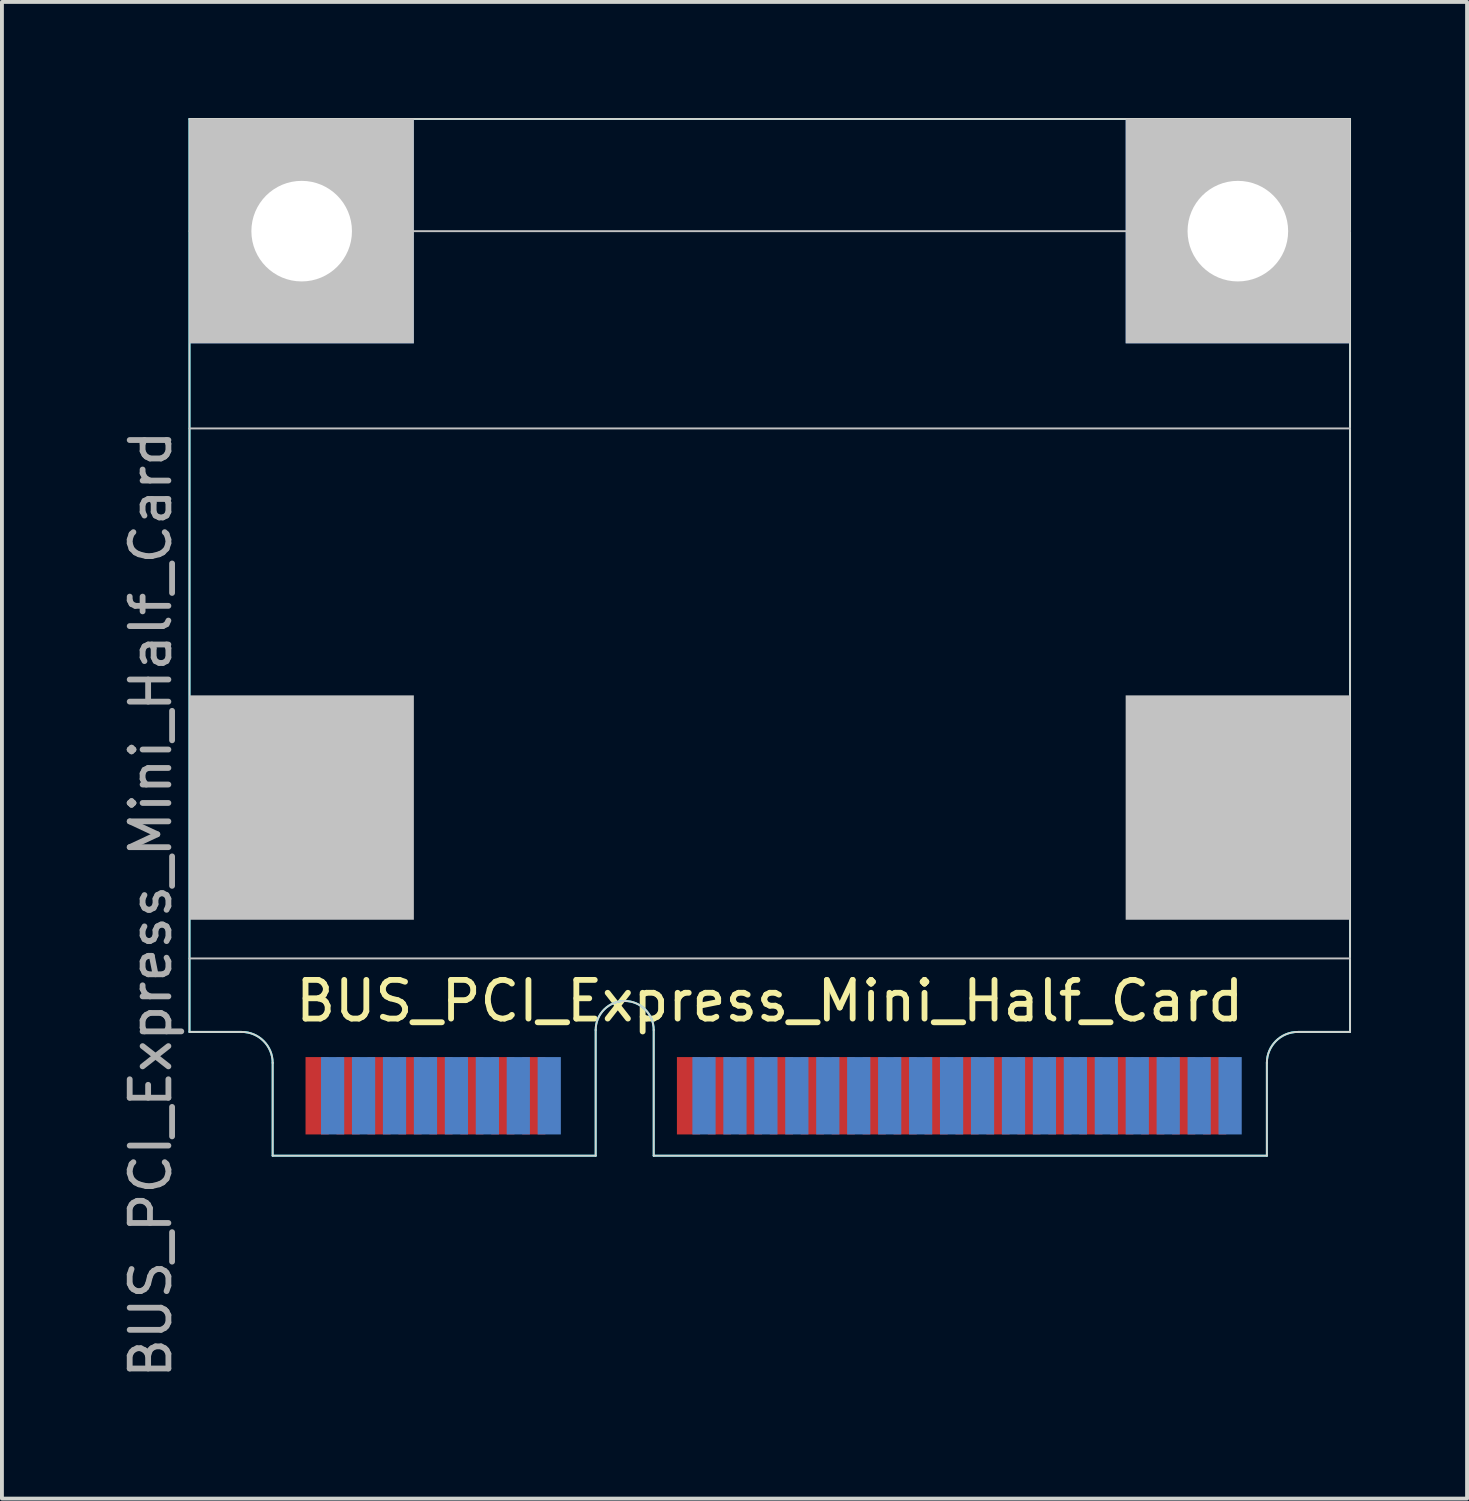
<source format=kicad_pcb>
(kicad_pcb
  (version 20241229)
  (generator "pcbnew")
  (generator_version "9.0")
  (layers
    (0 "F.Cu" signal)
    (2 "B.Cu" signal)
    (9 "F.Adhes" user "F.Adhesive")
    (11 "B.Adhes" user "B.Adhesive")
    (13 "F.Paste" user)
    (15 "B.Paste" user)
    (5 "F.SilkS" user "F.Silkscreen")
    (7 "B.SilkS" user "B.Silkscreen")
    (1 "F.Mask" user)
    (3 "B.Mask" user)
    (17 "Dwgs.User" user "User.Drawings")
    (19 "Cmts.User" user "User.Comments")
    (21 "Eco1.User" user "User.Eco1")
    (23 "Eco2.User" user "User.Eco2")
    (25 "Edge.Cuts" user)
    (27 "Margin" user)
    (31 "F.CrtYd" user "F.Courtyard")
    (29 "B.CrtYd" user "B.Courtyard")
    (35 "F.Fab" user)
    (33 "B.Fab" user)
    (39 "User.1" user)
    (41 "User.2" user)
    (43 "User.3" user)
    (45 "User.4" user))
  (footprint "BUS_PCI_Express_Mini_Half_Card"
    (layer "F.Cu")
    (at 16.848 11.575)
    (property "Reference" "BUS_PCI_Express_Mini_Half_Card" (at 0 11.25 180) (layer "F.SilkS") (effects (font (size 1 1) (thickness 0.15))))
    (attr exclude_from_pos_files exclude_from_bom)
    (fp_line (start -15 10.15) (end 15 10.15) (stroke (width 0.05) (type solid)) (layer "Dwgs.User"))
    (fp_line (start 15 -8.65) (end -15 -8.65) (stroke (width 0.05) (type solid)) (layer "Dwgs.User"))
    (fp_line (start 15 -3.55) (end -15 -3.55) (stroke (width 0.05) (type solid)) (layer "Dwgs.User"))
    (fp_line (start -15 -11.55) (end -15 12.05) (stroke (width 0.05) (type solid)) (layer "Edge.Cuts"))
    (fp_line (start -13.65 12.05) (end -15 12.05) (stroke (width 0.05) (type solid)) (layer "Edge.Cuts"))
    (fp_line (start -12.85 15.25) (end -12.85 12.85) (stroke (width 0.05) (type solid)) (layer "Edge.Cuts"))
    (fp_line (start -4.5 15.25) (end -12.85 15.25) (stroke (width 0.05) (type solid)) (layer "Edge.Cuts"))
    (fp_line (start -4.5 15.25) (end -4.5 12) (stroke (width 0.05) (type solid)) (layer "Edge.Cuts"))
    (fp_line (start -3 15.25) (end -3 12) (stroke (width 0.05) (type solid)) (layer "Edge.Cuts"))
    (fp_line (start -3 15.25) (end 12.85 15.25) (stroke (width 0.05) (type solid)) (layer "Edge.Cuts"))
    (fp_line (start 12.85 15.25) (end 12.85 12.85) (stroke (width 0.05) (type solid)) (layer "Edge.Cuts"))
    (fp_line (start 15 -11.55) (end -15 -11.55) (stroke (width 0.05) (type solid)) (layer "Edge.Cuts"))
    (fp_line (start 15 12.05) (end 13.65 12.05) (stroke (width 0.05) (type solid)) (layer "Edge.Cuts"))
    (fp_line (start 15 12.05) (end 15 -11.55) (stroke (width 0.05) (type solid)) (layer "Edge.Cuts"))
    (fp_arc (start -13.65 12.05) (mid -13.084315 12.284315) (end -12.85 12.85) (stroke (width 0.05) (type solid)) (layer "Edge.Cuts"))
    (fp_arc (start -4.5 12) (mid -3.75 11.25) (end -3 12) (stroke (width 0.05) (type solid)) (layer "Edge.Cuts"))
    (fp_arc (start 12.85 12.85) (mid 13.084315 12.284315) (end 13.65 12.05) (stroke (width 0.05) (type solid)) (layer "Edge.Cuts"))
    (fp_line (start -15 -11.55) (end -15 12.05) (stroke (width 0.05) (type solid)) (layer "B.CrtYd"))
    (fp_line (start -13.65 12.05) (end -15 12.05) (stroke (width 0.05) (type solid)) (layer "B.CrtYd"))
    (fp_line (start -12.85 15.25) (end -12.85 12.85) (stroke (width 0.05) (type solid)) (layer "B.CrtYd"))
    (fp_line (start -4.5 15.25) (end -12.85 15.25) (stroke (width 0.05) (type solid)) (layer "B.CrtYd"))
    (fp_line (start -4.5 15.25) (end -4.5 12) (stroke (width 0.05) (type solid)) (layer "B.CrtYd"))
    (fp_line (start -3 15.25) (end -3 12) (stroke (width 0.05) (type solid)) (layer "B.CrtYd"))
    (fp_line (start -3 15.25) (end 12.85 15.25) (stroke (width 0.05) (type solid)) (layer "B.CrtYd"))
    (fp_line (start 12.85 15.25) (end 12.85 12.85) (stroke (width 0.05) (type solid)) (layer "B.CrtYd"))
    (fp_line (start 15 -11.55) (end -15 -11.55) (stroke (width 0.05) (type solid)) (layer "B.CrtYd"))
    (fp_line (start 15 12.05) (end 13.65 12.05) (stroke (width 0.05) (type solid)) (layer "B.CrtYd"))
    (fp_line (start 15 12.05) (end 15 -11.55) (stroke (width 0.05) (type solid)) (layer "B.CrtYd"))
    (fp_arc (start -13.65 12.05) (mid -13.084315 12.284315) (end -12.85 12.85) (stroke (width 0.05) (type solid)) (layer "B.CrtYd"))
    (fp_arc (start -4.5 12) (mid -3.75 11.25) (end -3 12) (stroke (width 0.05) (type solid)) (layer "B.CrtYd"))
    (fp_arc (start 12.85 12.85) (mid 13.084315 12.284315) (end 13.65 12.05) (stroke (width 0.05) (type solid)) (layer "B.CrtYd"))
    (fp_text user "${REFERENCE}" (at -16 8.75 90) (layer "F.Fab") (effects (font (size 1 1) (thickness 0.15))))
    (pad "" np_thru_hole circle (at -12.1 -8.65) (size 2.6 2.6) (drill 2.6) (layers "*.Cu"))
    (pad "" connect rect (at -12.1 -8.65) (size 5.8 5.8) (layers "B.Cu" "B.Mask" "Dwgs.User"))
    (pad "" connect rect (at -12.1 6.25) (size 5.8 5.8) (layers "Dwgs.User"))
    (pad "" np_thru_hole circle (at 12.1 -8.65) (size 2.6 2.6) (drill 2.6) (layers "*.Cu"))
    (pad "" connect rect (at 12.1 -8.65) (size 5.8 5.8) (layers "B.Cu" "B.Mask" "Dwgs.User"))
    (pad "" connect rect (at 12.1 6.25) (size 5.8 5.8) (layers "Dwgs.User"))
    (pad "1" connect rect (at -11.7 13.7) (size 0.6 2) (layers "F.Cu" "F.Mask"))
    (pad "2" connect rect (at -11.3 13.7) (size 0.6 2) (layers "B.Cu" "B.Mask"))
    (pad "3" connect rect (at -10.9 13.7) (size 0.6 2) (layers "F.Cu" "F.Mask"))
    (pad "4" connect rect (at -10.5 13.7) (size 0.6 2) (layers "B.Cu" "B.Mask"))
    (pad "5" connect rect (at -10.1 13.7) (size 0.6 2) (layers "F.Cu" "F.Mask"))
    (pad "6" connect rect (at -9.7 13.7) (size 0.6 2) (layers "B.Cu" "B.Mask"))
    (pad "7" connect rect (at -9.3 13.7) (size 0.6 2) (layers "F.Cu" "F.Mask"))
    (pad "8" connect rect (at -8.9 13.7) (size 0.6 2) (layers "B.Cu" "B.Mask"))
    (pad "9" connect rect (at -8.5 13.7) (size 0.6 2) (layers "F.Cu" "F.Mask"))
    (pad "10" connect rect (at -8.1 13.7) (size 0.6 2) (layers "B.Cu" "B.Mask"))
    (pad "11" connect rect (at -7.7 13.7) (size 0.6 2) (layers "F.Cu" "F.Mask"))
    (pad "12" connect rect (at -7.3 13.7) (size 0.6 2) (layers "B.Cu" "B.Mask"))
    (pad "13" connect rect (at -6.9 13.7) (size 0.6 2) (layers "F.Cu" "F.Mask"))
    (pad "14" connect rect (at -6.5 13.7) (size 0.6 2) (layers "B.Cu" "B.Mask"))
    (pad "15" connect rect (at -6.1 13.7) (size 0.6 2) (layers "F.Cu" "F.Mask"))
    (pad "16" connect rect (at -5.7 13.7) (size 0.6 2) (layers "B.Cu" "B.Mask"))
    (pad "17" connect rect (at -2.1 13.7) (size 0.6 2) (layers "F.Cu" "F.Mask"))
    (pad "18" connect rect (at -1.7 13.7) (size 0.6 2) (layers "B.Cu" "B.Mask"))
    (pad "19" connect rect (at -1.3 13.7) (size 0.6 2) (layers "F.Cu" "F.Mask"))
    (pad "20" connect rect (at -0.9 13.7) (size 0.6 2) (layers "B.Cu" "B.Mask"))
    (pad "21" connect rect (at -0.5 13.7) (size 0.6 2) (layers "F.Cu" "F.Mask"))
    (pad "22" connect rect (at -0.1 13.7) (size 0.6 2) (layers "B.Cu" "B.Mask"))
    (pad "23" connect rect (at 0.3 13.7) (size 0.6 2) (layers "F.Cu" "F.Mask"))
    (pad "24" connect rect (at 0.7 13.7) (size 0.6 2) (layers "B.Cu" "B.Mask"))
    (pad "25" connect rect (at 1.1 13.7) (size 0.6 2) (layers "F.Cu" "F.Mask"))
    (pad "26" connect rect (at 1.5 13.7) (size 0.6 2) (layers "B.Cu" "B.Mask"))
    (pad "27" connect rect (at 1.9 13.7) (size 0.6 2) (layers "F.Cu" "F.Mask"))
    (pad "28" connect rect (at 2.3 13.7) (size 0.6 2) (layers "B.Cu" "B.Mask"))
    (pad "29" connect rect (at 2.7 13.7) (size 0.6 2) (layers "F.Cu" "F.Mask"))
    (pad "30" connect rect (at 3.1 13.7) (size 0.6 2) (layers "B.Cu" "B.Mask"))
    (pad "31" connect rect (at 3.5 13.7) (size 0.6 2) (layers "F.Cu" "F.Mask"))
    (pad "32" connect rect (at 3.9 13.7) (size 0.6 2) (layers "B.Cu" "B.Mask"))
    (pad "33" connect rect (at 4.3 13.7) (size 0.6 2) (layers "F.Cu" "F.Mask"))
    (pad "34" connect rect (at 4.7 13.7) (size 0.6 2) (layers "B.Cu" "B.Mask"))
    (pad "35" connect rect (at 5.1 13.7) (size 0.6 2) (layers "F.Cu" "F.Mask"))
    (pad "36" connect rect (at 5.5 13.7) (size 0.6 2) (layers "B.Cu" "B.Mask"))
    (pad "37" connect rect (at 5.9 13.7) (size 0.6 2) (layers "F.Cu" "F.Mask"))
    (pad "38" connect rect (at 6.3 13.7) (size 0.6 2) (layers "B.Cu" "B.Mask"))
    (pad "39" connect rect (at 6.7 13.7) (size 0.6 2) (layers "F.Cu" "F.Mask"))
    (pad "40" connect rect (at 7.1 13.7) (size 0.6 2) (layers "B.Cu" "B.Mask"))
    (pad "41" connect rect (at 7.5 13.7) (size 0.6 2) (layers "F.Cu" "F.Mask"))
    (pad "42" connect rect (at 7.9 13.7) (size 0.6 2) (layers "B.Cu" "B.Mask"))
    (pad "43" connect rect (at 8.3 13.7) (size 0.6 2) (layers "F.Cu" "F.Mask"))
    (pad "44" connect rect (at 8.7 13.7) (size 0.6 2) (layers "B.Cu" "B.Mask"))
    (pad "45" connect rect (at 9.1 13.7) (size 0.6 2) (layers "F.Cu" "F.Mask"))
    (pad "46" connect rect (at 9.5 13.7) (size 0.6 2) (layers "B.Cu" "B.Mask"))
    (pad "47" connect rect (at 9.9 13.7) (size 0.6 2) (layers "F.Cu" "F.Mask"))
    (pad "48" connect rect (at 10.3 13.7) (size 0.6 2) (layers "B.Cu" "B.Mask"))
    (pad "49" connect rect (at 10.7 13.7) (size 0.6 2) (layers "F.Cu" "F.Mask"))
    (pad "50" connect rect (at 11.1 13.7) (size 0.6 2) (layers "B.Cu" "B.Mask"))
    (pad "51" connect rect (at 11.5 13.7) (size 0.6 2) (layers "F.Cu" "F.Mask"))
    (pad "52" connect rect (at 11.9 13.7) (size 0.6 2) (layers "B.Cu" "B.Mask")))
  (gr_rect
    (start -3 -3)
    (end 34.873 35.688)
    (stroke (width 0.1) (type default))
    (fill no)
    (layer "Edge.Cuts")))
</source>
